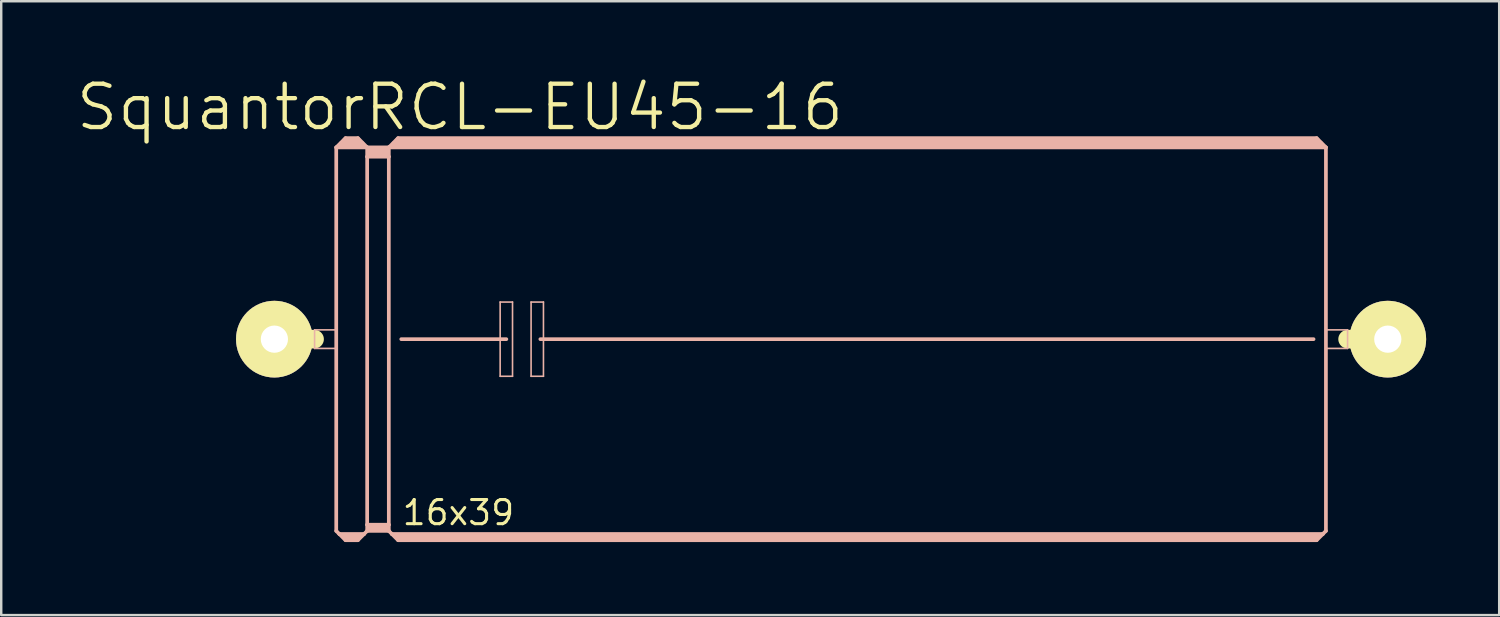
<source format=kicad_pcb>
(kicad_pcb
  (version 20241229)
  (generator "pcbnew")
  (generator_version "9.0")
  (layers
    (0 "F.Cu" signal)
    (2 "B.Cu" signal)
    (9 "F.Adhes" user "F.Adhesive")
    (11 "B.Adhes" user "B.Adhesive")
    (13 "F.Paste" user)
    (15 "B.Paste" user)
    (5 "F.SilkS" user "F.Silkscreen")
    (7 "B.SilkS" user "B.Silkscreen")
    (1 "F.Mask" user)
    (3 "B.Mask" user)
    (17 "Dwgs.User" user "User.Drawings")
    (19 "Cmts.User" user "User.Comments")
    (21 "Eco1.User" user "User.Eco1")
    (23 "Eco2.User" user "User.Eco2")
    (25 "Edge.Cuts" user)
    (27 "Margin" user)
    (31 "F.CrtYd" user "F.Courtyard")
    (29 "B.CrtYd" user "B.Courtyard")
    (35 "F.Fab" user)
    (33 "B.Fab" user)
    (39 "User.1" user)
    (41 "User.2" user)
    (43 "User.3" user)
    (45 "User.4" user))
  (footprint "SquantorRCL-EU45-16"
    (layer "F.Cu")
    (at 31.077 10.877)
    (property "Reference" "SquantorRCL-EU45-16" (at -15.24 -9.525 0) (layer "F.SilkS") (effects (font (size 1.778 1.778) (thickness 0.178))))
    (attr exclude_from_pos_files exclude_from_bom)
    (fp_line (start -22.86 0) (end -21.209 0) (stroke (width 0.762) (type solid)) (layer "F.SilkS"))
    (fp_line (start 22.86 0) (end 21.209 0) (stroke (width 0.762) (type solid)) (layer "F.SilkS"))
    (fp_line (start -21.209 -0.381) (end -20.32 -0.381) (stroke (width 0.066) (type solid)) (layer "B.SilkS"))
    (fp_line (start -21.209 0.381) (end -21.209 -0.381) (stroke (width 0.066) (type solid)) (layer "B.SilkS"))
    (fp_line (start -21.209 0.381) (end -20.32 0.381) (stroke (width 0.066) (type solid)) (layer "B.SilkS"))
    (fp_line (start -20.32 -7.874) (end -20.32 7.874) (stroke (width 0.152) (type solid)) (layer "B.SilkS"))
    (fp_line (start -20.32 -7.874) (end -19.939 -8.255) (stroke (width 0.152) (type solid)) (layer "B.SilkS"))
    (fp_line (start -20.32 -7.874) (end -19.05 -7.874) (stroke (width 0.152) (type solid)) (layer "B.SilkS"))
    (fp_line (start -20.32 0.381) (end -20.32 -0.381) (stroke (width 0.066) (type solid)) (layer "B.SilkS"))
    (fp_line (start -20.32 7.874) (end -20.193 8.001) (stroke (width 0.152) (type solid)) (layer "B.SilkS"))
    (fp_line (start -20.193 8.001) (end -19.939 8.255) (stroke (width 0.152) (type solid)) (layer "B.SilkS"))
    (fp_line (start -20.193 8.001) (end -19.177 8.001) (stroke (width 0.152) (type solid)) (layer "B.SilkS"))
    (fp_line (start -20.066 -8.001) (end -19.304 -8.001) (stroke (width 0.305) (type solid)) (layer "B.SilkS"))
    (fp_line (start -19.939 -8.255) (end -19.431 -8.255) (stroke (width 0.152) (type solid)) (layer "B.SilkS"))
    (fp_line (start -19.939 -8.128) (end -19.431 -8.128) (stroke (width 0.305) (type solid)) (layer "B.SilkS"))
    (fp_line (start -19.939 8.128) (end -19.431 8.128) (stroke (width 0.254) (type solid)) (layer "B.SilkS"))
    (fp_line (start -19.939 8.255) (end -19.431 8.255) (stroke (width 0.152) (type solid)) (layer "B.SilkS"))
    (fp_line (start -19.177 8.001) (end -19.431 8.255) (stroke (width 0.152) (type solid)) (layer "B.SilkS"))
    (fp_line (start -19.05 -7.874) (end -19.431 -8.255) (stroke (width 0.152) (type solid)) (layer "B.SilkS"))
    (fp_line (start -19.05 -7.874) (end -19.05 -7.493) (stroke (width 0.152) (type solid)) (layer "B.SilkS"))
    (fp_line (start -19.05 -7.874) (end -18.161 -7.874) (stroke (width 0.152) (type solid)) (layer "B.SilkS"))
    (fp_line (start -19.05 -7.493) (end -18.161 -7.493) (stroke (width 0.152) (type solid)) (layer "B.SilkS"))
    (fp_line (start -19.05 7.62) (end -19.05 -7.493) (stroke (width 0.152) (type solid)) (layer "B.SilkS"))
    (fp_line (start -19.05 7.62) (end -18.161 7.62) (stroke (width 0.152) (type solid)) (layer "B.SilkS"))
    (fp_line (start -19.05 7.874) (end -19.177 8.001) (stroke (width 0.152) (type solid)) (layer "B.SilkS"))
    (fp_line (start -19.05 7.874) (end -19.05 7.62) (stroke (width 0.152) (type solid)) (layer "B.SilkS"))
    (fp_line (start -19.05 7.874) (end -18.161 7.874) (stroke (width 0.152) (type solid)) (layer "B.SilkS"))
    (fp_line (start -18.923 -7.747) (end -18.288 -7.747) (stroke (width 0.305) (type solid)) (layer "B.SilkS"))
    (fp_line (start -18.923 -7.62) (end -18.288 -7.62) (stroke (width 0.305) (type solid)) (layer "B.SilkS"))
    (fp_line (start -18.923 7.747) (end -18.288 7.747) (stroke (width 0.254) (type solid)) (layer "B.SilkS"))
    (fp_line (start -18.161 -7.874) (end -18.161 -7.493) (stroke (width 0.152) (type solid)) (layer "B.SilkS"))
    (fp_line (start -18.161 -7.874) (end 20.32 -7.874) (stroke (width 0.152) (type solid)) (layer "B.SilkS"))
    (fp_line (start -18.161 -7.493) (end -18.161 7.62) (stroke (width 0.152) (type solid)) (layer "B.SilkS"))
    (fp_line (start -18.161 7.62) (end -18.161 7.874) (stroke (width 0.152) (type solid)) (layer "B.SilkS"))
    (fp_line (start -18.034 8.001) (end -18.161 7.874) (stroke (width 0.152) (type solid)) (layer "B.SilkS"))
    (fp_line (start -18.034 8.001) (end 20.193 8.001) (stroke (width 0.152) (type solid)) (layer "B.SilkS"))
    (fp_line (start -17.907 -8.001) (end 20.066 -8.001) (stroke (width 0.305) (type solid)) (layer "B.SilkS"))
    (fp_line (start -17.78 -8.255) (end -18.161 -7.874) (stroke (width 0.152) (type solid)) (layer "B.SilkS"))
    (fp_line (start -17.78 -8.255) (end 19.939 -8.255) (stroke (width 0.152) (type solid)) (layer "B.SilkS"))
    (fp_line (start -17.78 -8.128) (end 19.939 -8.128) (stroke (width 0.305) (type solid)) (layer "B.SilkS"))
    (fp_line (start -17.78 8.128) (end 19.939 8.128) (stroke (width 0.254) (type solid)) (layer "B.SilkS"))
    (fp_line (start -17.78 8.255) (end -18.034 8.001) (stroke (width 0.152) (type solid)) (layer "B.SilkS"))
    (fp_line (start -17.78 8.255) (end 19.939 8.255) (stroke (width 0.152) (type solid)) (layer "B.SilkS"))
    (fp_line (start -17.65 0) (end -13.335 0) (stroke (width 0.152) (type solid)) (layer "B.SilkS"))
    (fp_line (start -13.589 -1.524) (end -13.081 -1.524) (stroke (width 0.066) (type solid)) (layer "B.SilkS"))
    (fp_line (start -13.589 1.524) (end -13.589 -1.524) (stroke (width 0.066) (type solid)) (layer "B.SilkS"))
    (fp_line (start -13.589 1.524) (end -13.081 1.524) (stroke (width 0.066) (type solid)) (layer "B.SilkS"))
    (fp_line (start -13.081 1.524) (end -13.081 -1.524) (stroke (width 0.066) (type solid)) (layer "B.SilkS"))
    (fp_line (start -12.319 -1.524) (end -11.811 -1.524) (stroke (width 0.066) (type solid)) (layer "B.SilkS"))
    (fp_line (start -12.319 1.524) (end -12.319 -1.524) (stroke (width 0.066) (type solid)) (layer "B.SilkS"))
    (fp_line (start -12.319 1.524) (end -11.811 1.524) (stroke (width 0.066) (type solid)) (layer "B.SilkS"))
    (fp_line (start -11.938 0) (end 19.812 0) (stroke (width 0.152) (type solid)) (layer "B.SilkS"))
    (fp_line (start -11.811 1.524) (end -11.811 -1.524) (stroke (width 0.066) (type solid)) (layer "B.SilkS"))
    (fp_line (start 19.939 -8.255) (end 20.32 -7.874) (stroke (width 0.152) (type solid)) (layer "B.SilkS"))
    (fp_line (start 19.939 8.255) (end 20.193 8.001) (stroke (width 0.152) (type solid)) (layer "B.SilkS"))
    (fp_line (start 20.193 8.001) (end 20.32 7.874) (stroke (width 0.152) (type solid)) (layer "B.SilkS"))
    (fp_line (start 20.32 -7.874) (end 20.32 7.874) (stroke (width 0.152) (type solid)) (layer "B.SilkS"))
    (fp_line (start 20.32 -0.381) (end 21.209 -0.381) (stroke (width 0.066) (type solid)) (layer "B.SilkS"))
    (fp_line (start 20.32 0.381) (end 20.32 -0.381) (stroke (width 0.066) (type solid)) (layer "B.SilkS"))
    (fp_line (start 20.32 0.381) (end 21.209 0.381) (stroke (width 0.066) (type solid)) (layer "B.SilkS"))
    (fp_line (start 21.209 0.381) (end 21.209 -0.381) (stroke (width 0.066) (type solid)) (layer "B.SilkS"))
    (fp_text user "16x39" (at -15.303 7.125 0) (layer "F.SilkS") (effects (font (size 0.991 0.991) (thickness 0.127))))
    (pad "1" thru_hole circle (at -22.86 0) (size 3.15 3.15) (drill 1.118) (layers "*.Cu" "F.Mask" "F.SilkS" "F.Paste"))
    (pad "2" thru_hole circle (at 22.86 0) (size 3.15 3.15) (drill 1.118) (layers "*.Cu" "F.Mask" "F.SilkS" "F.Paste")))
  (gr_rect
    (start -3 -3)
    (end 58.512 22.208)
    (stroke (width 0.1) (type default))
    (fill no)
    (layer "Edge.Cuts")))
</source>
